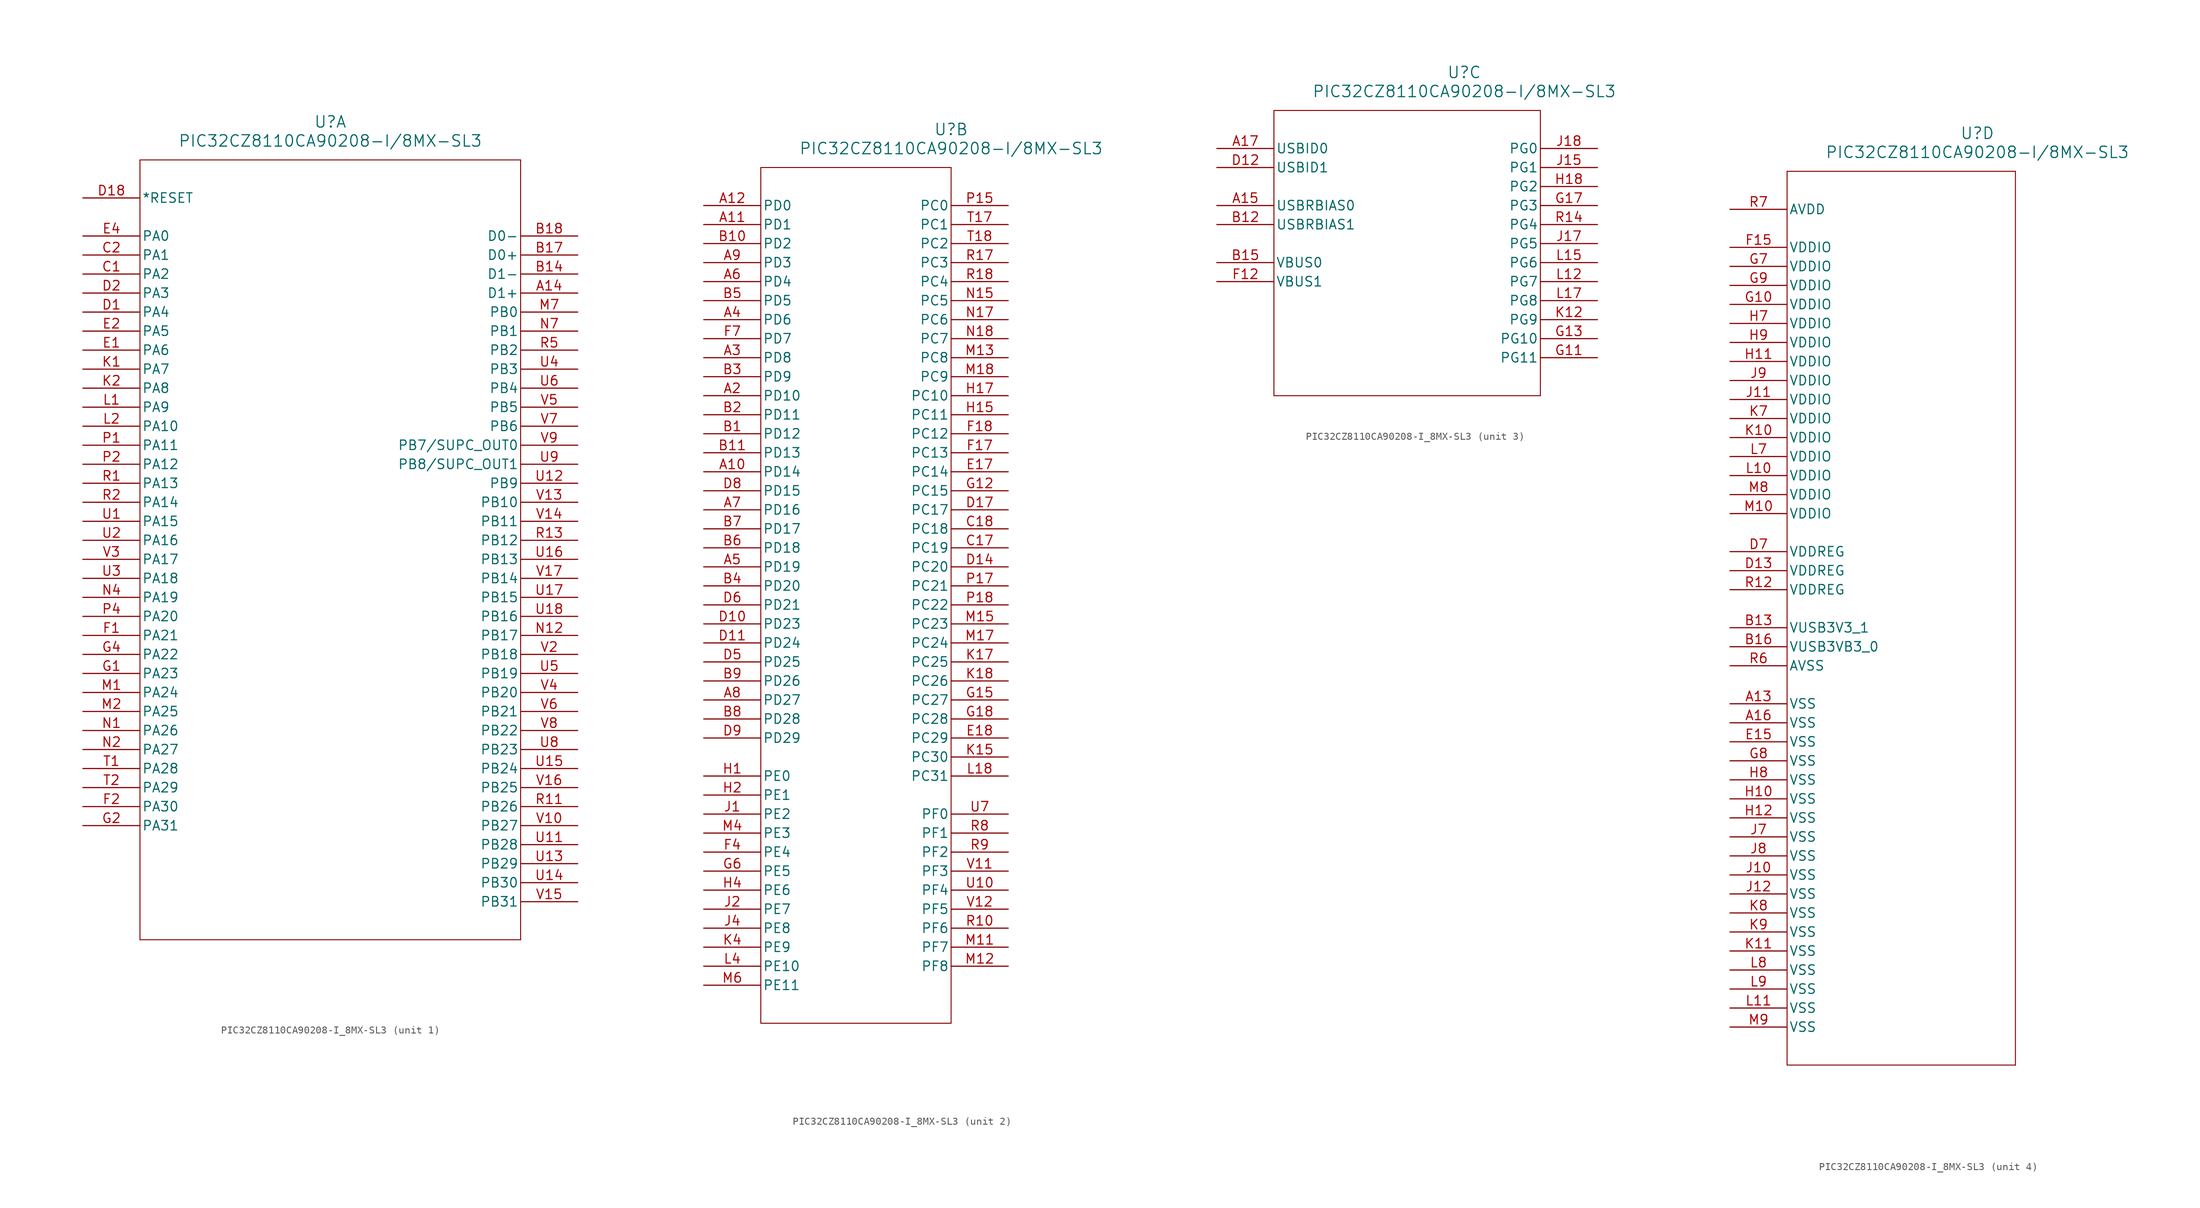
<source format=kicad_sym>
(kicad_symbol_lib
  (version 20211014)
  (generator kicad_symbol_editor)
  (symbol "PIC32CZ8110CA90208-I_8MX-SL3"
    (pin_names
      (offset 0.254))
    (property "Reference" "U"
      (at 33.02 10.16 0)
      (effects (font (size 1.524 1.524))))
    (property "Value" "PIC32CZ8110CA90208-I/8MX-SL3"
      (at 33.02 7.62 0)
      (effects (font (size 1.524 1.524))))
    (symbol "PIC32CZ8110CA90208-I_8MX-SL3_1_1"
      (polyline (pts (xy 7.62 5.08) (xy 7.62 -99.06)) (stroke (width 0.127) (type default) (color 0 0 0 0)) (fill (type none)))
      (polyline (pts (xy 7.62 -99.06) (xy 58.42 -99.06)) (stroke (width 0.127) (type default) (color 0 0 0 0)) (fill (type none)))
      (polyline (pts (xy 58.42 -99.06) (xy 58.42 5.08)) (stroke (width 0.127) (type default) (color 0 0 0 0)) (fill (type none)))
      (polyline (pts (xy 58.42 5.08) (xy 7.62 5.08)) (stroke (width 0.127) (type default) (color 0 0 0 0)) (fill (type none)))
      (pin unspecified line (at 66.04 -12.7 180) (length 7.62) (name "D1+" (effects (font (size 1.27 1.27)))) (number "A14" (effects (font (size 1.27 1.27)))))
      (pin unspecified line (at 66.04 -10.16 180) (length 7.62) (name "D1-" (effects (font (size 1.27 1.27)))) (number "B14" (effects (font (size 1.27 1.27)))))
      (pin unspecified line (at 66.04 -7.62 180) (length 7.62) (name "D0+" (effects (font (size 1.27 1.27)))) (number "B17" (effects (font (size 1.27 1.27)))))
      (pin unspecified line (at 66.04 -5.08 180) (length 7.62) (name "D0-" (effects (font (size 1.27 1.27)))) (number "B18" (effects (font (size 1.27 1.27)))))
      (pin bidirectional line (at 0 -10.16 0) (length 7.62) (name "PA2" (effects (font (size 1.27 1.27)))) (number "C1" (effects (font (size 1.27 1.27)))))
      (pin bidirectional line (at 0 -7.62 0) (length 7.62) (name "PA1" (effects (font (size 1.27 1.27)))) (number "C2" (effects (font (size 1.27 1.27)))))
      (pin bidirectional line (at 0 -15.24 0) (length 7.62) (name "PA4" (effects (font (size 1.27 1.27)))) (number "D1" (effects (font (size 1.27 1.27)))))
      (pin bidirectional line (at 0 -12.7 0) (length 7.62) (name "PA3" (effects (font (size 1.27 1.27)))) (number "D2" (effects (font (size 1.27 1.27)))))
      (pin input line (at 0 0 0) (length 7.62) (name "*RESET" (effects (font (size 1.27 1.27)))) (number "D18" (effects (font (size 1.27 1.27)))))
      (pin bidirectional line (at 0 -20.32 0) (length 7.62) (name "PA6" (effects (font (size 1.27 1.27)))) (number "E1" (effects (font (size 1.27 1.27)))))
      (pin bidirectional line (at 0 -17.78 0) (length 7.62) (name "PA5" (effects (font (size 1.27 1.27)))) (number "E2" (effects (font (size 1.27 1.27)))))
      (pin bidirectional line (at 0 -5.08 0) (length 7.62) (name "PA0" (effects (font (size 1.27 1.27)))) (number "E4" (effects (font (size 1.27 1.27)))))
      (pin bidirectional line (at 0 -58.42 0) (length 7.62) (name "PA21" (effects (font (size 1.27 1.27)))) (number "F1" (effects (font (size 1.27 1.27)))))
      (pin bidirectional line (at 0 -81.28 0) (length 7.62) (name "PA30" (effects (font (size 1.27 1.27)))) (number "F2" (effects (font (size 1.27 1.27)))))
      (pin bidirectional line (at 0 -63.5 0) (length 7.62) (name "PA23" (effects (font (size 1.27 1.27)))) (number "G1" (effects (font (size 1.27 1.27)))))
      (pin bidirectional line (at 0 -83.82 0) (length 7.62) (name "PA31" (effects (font (size 1.27 1.27)))) (number "G2" (effects (font (size 1.27 1.27)))))
      (pin bidirectional line (at 0 -60.96 0) (length 7.62) (name "PA22" (effects (font (size 1.27 1.27)))) (number "G4" (effects (font (size 1.27 1.27)))))
      (pin bidirectional line (at 0 -22.86 0) (length 7.62) (name "PA7" (effects (font (size 1.27 1.27)))) (number "K1" (effects (font (size 1.27 1.27)))))
      (pin bidirectional line (at 0 -25.4 0) (length 7.62) (name "PA8" (effects (font (size 1.27 1.27)))) (number "K2" (effects (font (size 1.27 1.27)))))
      (pin bidirectional line (at 0 -27.94 0) (length 7.62) (name "PA9" (effects (font (size 1.27 1.27)))) (number "L1" (effects (font (size 1.27 1.27)))))
      (pin bidirectional line (at 0 -30.48 0) (length 7.62) (name "PA10" (effects (font (size 1.27 1.27)))) (number "L2" (effects (font (size 1.27 1.27)))))
      (pin bidirectional line (at 0 -66.04 0) (length 7.62) (name "PA24" (effects (font (size 1.27 1.27)))) (number "M1" (effects (font (size 1.27 1.27)))))
      (pin bidirectional line (at 0 -68.58 0) (length 7.62) (name "PA25" (effects (font (size 1.27 1.27)))) (number "M2" (effects (font (size 1.27 1.27)))))
      (pin bidirectional line (at 66.04 -15.24 180) (length 7.62) (name "PB0" (effects (font (size 1.27 1.27)))) (number "M7" (effects (font (size 1.27 1.27)))))
      (pin bidirectional line (at 0 -71.12 0) (length 7.62) (name "PA26" (effects (font (size 1.27 1.27)))) (number "N1" (effects (font (size 1.27 1.27)))))
      (pin bidirectional line (at 0 -73.66 0) (length 7.62) (name "PA27" (effects (font (size 1.27 1.27)))) (number "N2" (effects (font (size 1.27 1.27)))))
      (pin bidirectional line (at 0 -53.34 0) (length 7.62) (name "PA19" (effects (font (size 1.27 1.27)))) (number "N4" (effects (font (size 1.27 1.27)))))
      (pin bidirectional line (at 66.04 -17.78 180) (length 7.62) (name "PB1" (effects (font (size 1.27 1.27)))) (number "N7" (effects (font (size 1.27 1.27)))))
      (pin bidirectional line (at 66.04 -58.42 180) (length 7.62) (name "PB17" (effects (font (size 1.27 1.27)))) (number "N12" (effects (font (size 1.27 1.27)))))
      (pin bidirectional line (at 0 -33.02 0) (length 7.62) (name "PA11" (effects (font (size 1.27 1.27)))) (number "P1" (effects (font (size 1.27 1.27)))))
      (pin bidirectional line (at 0 -35.56 0) (length 7.62) (name "PA12" (effects (font (size 1.27 1.27)))) (number "P2" (effects (font (size 1.27 1.27)))))
      (pin bidirectional line (at 0 -55.88 0) (length 7.62) (name "PA20" (effects (font (size 1.27 1.27)))) (number "P4" (effects (font (size 1.27 1.27)))))
      (pin bidirectional line (at 0 -38.1 0) (length 7.62) (name "PA13" (effects (font (size 1.27 1.27)))) (number "R1" (effects (font (size 1.27 1.27)))))
      (pin bidirectional line (at 0 -40.64 0) (length 7.62) (name "PA14" (effects (font (size 1.27 1.27)))) (number "R2" (effects (font (size 1.27 1.27)))))
      (pin bidirectional line (at 66.04 -20.32 180) (length 7.62) (name "PB2" (effects (font (size 1.27 1.27)))) (number "R5" (effects (font (size 1.27 1.27)))))
      (pin bidirectional line (at 66.04 -81.28 180) (length 7.62) (name "PB26" (effects (font (size 1.27 1.27)))) (number "R11" (effects (font (size 1.27 1.27)))))
      (pin bidirectional line (at 66.04 -45.72 180) (length 7.62) (name "PB12" (effects (font (size 1.27 1.27)))) (number "R13" (effects (font (size 1.27 1.27)))))
      (pin bidirectional line (at 0 -76.2 0) (length 7.62) (name "PA28" (effects (font (size 1.27 1.27)))) (number "T1" (effects (font (size 1.27 1.27)))))
      (pin bidirectional line (at 0 -78.74 0) (length 7.62) (name "PA29" (effects (font (size 1.27 1.27)))) (number "T2" (effects (font (size 1.27 1.27)))))
      (pin bidirectional line (at 0 -43.18 0) (length 7.62) (name "PA15" (effects (font (size 1.27 1.27)))) (number "U1" (effects (font (size 1.27 1.27)))))
      (pin bidirectional line (at 0 -45.72 0) (length 7.62) (name "PA16" (effects (font (size 1.27 1.27)))) (number "U2" (effects (font (size 1.27 1.27)))))
      (pin bidirectional line (at 0 -50.8 0) (length 7.62) (name "PA18" (effects (font (size 1.27 1.27)))) (number "U3" (effects (font (size 1.27 1.27)))))
      (pin bidirectional line (at 66.04 -22.86 180) (length 7.62) (name "PB3" (effects (font (size 1.27 1.27)))) (number "U4" (effects (font (size 1.27 1.27)))))
      (pin bidirectional line (at 66.04 -63.5 180) (length 7.62) (name "PB19" (effects (font (size 1.27 1.27)))) (number "U5" (effects (font (size 1.27 1.27)))))
      (pin bidirectional line (at 66.04 -25.4 180) (length 7.62) (name "PB4" (effects (font (size 1.27 1.27)))) (number "U6" (effects (font (size 1.27 1.27)))))
      (pin bidirectional line (at 66.04 -73.66 180) (length 7.62) (name "PB23" (effects (font (size 1.27 1.27)))) (number "U8" (effects (font (size 1.27 1.27)))))
      (pin bidirectional line (at 66.04 -35.56 180) (length 7.62) (name "PB8/SUPC_OUT1" (effects (font (size 1.27 1.27)))) (number "U9" (effects (font (size 1.27 1.27)))))
      (pin bidirectional line (at 66.04 -86.36 180) (length 7.62) (name "PB28" (effects (font (size 1.27 1.27)))) (number "U11" (effects (font (size 1.27 1.27)))))
      (pin bidirectional line (at 66.04 -38.1 180) (length 7.62) (name "PB9" (effects (font (size 1.27 1.27)))) (number "U12" (effects (font (size 1.27 1.27)))))
      (pin bidirectional line (at 66.04 -88.9 180) (length 7.62) (name "PB29" (effects (font (size 1.27 1.27)))) (number "U13" (effects (font (size 1.27 1.27)))))
      (pin bidirectional line (at 66.04 -91.44 180) (length 7.62) (name "PB30" (effects (font (size 1.27 1.27)))) (number "U14" (effects (font (size 1.27 1.27)))))
      (pin bidirectional line (at 66.04 -76.2 180) (length 7.62) (name "PB24" (effects (font (size 1.27 1.27)))) (number "U15" (effects (font (size 1.27 1.27)))))
      (pin bidirectional line (at 66.04 -48.26 180) (length 7.62) (name "PB13" (effects (font (size 1.27 1.27)))) (number "U16" (effects (font (size 1.27 1.27)))))
      (pin bidirectional line (at 66.04 -53.34 180) (length 7.62) (name "PB15" (effects (font (size 1.27 1.27)))) (number "U17" (effects (font (size 1.27 1.27)))))
      (pin bidirectional line (at 66.04 -55.88 180) (length 7.62) (name "PB16" (effects (font (size 1.27 1.27)))) (number "U18" (effects (font (size 1.27 1.27)))))
      (pin bidirectional line (at 66.04 -60.96 180) (length 7.62) (name "PB18" (effects (font (size 1.27 1.27)))) (number "V2" (effects (font (size 1.27 1.27)))))
      (pin bidirectional line (at 0 -48.26 0) (length 7.62) (name "PA17" (effects (font (size 1.27 1.27)))) (number "V3" (effects (font (size 1.27 1.27)))))
      (pin bidirectional line (at 66.04 -66.04 180) (length 7.62) (name "PB20" (effects (font (size 1.27 1.27)))) (number "V4" (effects (font (size 1.27 1.27)))))
      (pin bidirectional line (at 66.04 -27.94 180) (length 7.62) (name "PB5" (effects (font (size 1.27 1.27)))) (number "V5" (effects (font (size 1.27 1.27)))))
      (pin bidirectional line (at 66.04 -68.58 180) (length 7.62) (name "PB21" (effects (font (size 1.27 1.27)))) (number "V6" (effects (font (size 1.27 1.27)))))
      (pin bidirectional line (at 66.04 -30.48 180) (length 7.62) (name "PB6" (effects (font (size 1.27 1.27)))) (number "V7" (effects (font (size 1.27 1.27)))))
      (pin bidirectional line (at 66.04 -71.12 180) (length 7.62) (name "PB22" (effects (font (size 1.27 1.27)))) (number "V8" (effects (font (size 1.27 1.27)))))
      (pin bidirectional line (at 66.04 -33.02 180) (length 7.62) (name "PB7/SUPC_OUT0" (effects (font (size 1.27 1.27)))) (number "V9" (effects (font (size 1.27 1.27)))))
      (pin bidirectional line (at 66.04 -83.82 180) (length 7.62) (name "PB27" (effects (font (size 1.27 1.27)))) (number "V10" (effects (font (size 1.27 1.27)))))
      (pin bidirectional line (at 66.04 -40.64 180) (length 7.62) (name "PB10" (effects (font (size 1.27 1.27)))) (number "V13" (effects (font (size 1.27 1.27)))))
      (pin bidirectional line (at 66.04 -43.18 180) (length 7.62) (name "PB11" (effects (font (size 1.27 1.27)))) (number "V14" (effects (font (size 1.27 1.27)))))
      (pin bidirectional line (at 66.04 -93.98 180) (length 7.62) (name "PB31" (effects (font (size 1.27 1.27)))) (number "V15" (effects (font (size 1.27 1.27)))))
      (pin bidirectional line (at 66.04 -78.74 180) (length 7.62) (name "PB25" (effects (font (size 1.27 1.27)))) (number "V16" (effects (font (size 1.27 1.27)))))
      (pin bidirectional line (at 66.04 -50.8 180) (length 7.62) (name "PB14" (effects (font (size 1.27 1.27)))) (number "V17" (effects (font (size 1.27 1.27))))))
    (symbol "PIC32CZ8110CA90208-I_8MX-SL3_2_1"
      (polyline (pts (xy 7.62 5.08) (xy 7.62 -109.22)) (stroke (width 0.127) (type default) (color 0 0 0 0)) (fill (type none)))
      (polyline (pts (xy 7.62 -109.22) (xy 33.02 -109.22)) (stroke (width 0.127) (type default) (color 0 0 0 0)) (fill (type none)))
      (polyline (pts (xy 33.02 -109.22) (xy 33.02 5.08)) (stroke (width 0.127) (type default) (color 0 0 0 0)) (fill (type none)))
      (polyline (pts (xy 33.02 5.08) (xy 7.62 5.08)) (stroke (width 0.127) (type default) (color 0 0 0 0)) (fill (type none)))
      (pin bidirectional line (at 0 -25.4 0) (length 7.62) (name "PD10" (effects (font (size 1.27 1.27)))) (number "A2" (effects (font (size 1.27 1.27)))))
      (pin bidirectional line (at 0 -20.32 0) (length 7.62) (name "PD8" (effects (font (size 1.27 1.27)))) (number "A3" (effects (font (size 1.27 1.27)))))
      (pin bidirectional line (at 0 -15.24 0) (length 7.62) (name "PD6" (effects (font (size 1.27 1.27)))) (number "A4" (effects (font (size 1.27 1.27)))))
      (pin bidirectional line (at 0 -48.26 0) (length 7.62) (name "PD19" (effects (font (size 1.27 1.27)))) (number "A5" (effects (font (size 1.27 1.27)))))
      (pin bidirectional line (at 0 -10.16 0) (length 7.62) (name "PD4" (effects (font (size 1.27 1.27)))) (number "A6" (effects (font (size 1.27 1.27)))))
      (pin bidirectional line (at 0 -40.64 0) (length 7.62) (name "PD16" (effects (font (size 1.27 1.27)))) (number "A7" (effects (font (size 1.27 1.27)))))
      (pin bidirectional line (at 0 -66.04 0) (length 7.62) (name "PD27" (effects (font (size 1.27 1.27)))) (number "A8" (effects (font (size 1.27 1.27)))))
      (pin bidirectional line (at 0 -7.62 0) (length 7.62) (name "PD3" (effects (font (size 1.27 1.27)))) (number "A9" (effects (font (size 1.27 1.27)))))
      (pin bidirectional line (at 0 -35.56 0) (length 7.62) (name "PD14" (effects (font (size 1.27 1.27)))) (number "A10" (effects (font (size 1.27 1.27)))))
      (pin bidirectional line (at 0 -2.54 0) (length 7.62) (name "PD1" (effects (font (size 1.27 1.27)))) (number "A11" (effects (font (size 1.27 1.27)))))
      (pin bidirectional line (at 0 0 0) (length 7.62) (name "PD0" (effects (font (size 1.27 1.27)))) (number "A12" (effects (font (size 1.27 1.27)))))
      (pin bidirectional line (at 0 -30.48 0) (length 7.62) (name "PD12" (effects (font (size 1.27 1.27)))) (number "B1" (effects (font (size 1.27 1.27)))))
      (pin bidirectional line (at 0 -27.94 0) (length 7.62) (name "PD11" (effects (font (size 1.27 1.27)))) (number "B2" (effects (font (size 1.27 1.27)))))
      (pin bidirectional line (at 0 -22.86 0) (length 7.62) (name "PD9" (effects (font (size 1.27 1.27)))) (number "B3" (effects (font (size 1.27 1.27)))))
      (pin bidirectional line (at 0 -50.8 0) (length 7.62) (name "PD20" (effects (font (size 1.27 1.27)))) (number "B4" (effects (font (size 1.27 1.27)))))
      (pin bidirectional line (at 0 -12.7 0) (length 7.62) (name "PD5" (effects (font (size 1.27 1.27)))) (number "B5" (effects (font (size 1.27 1.27)))))
      (pin bidirectional line (at 0 -45.72 0) (length 7.62) (name "PD18" (effects (font (size 1.27 1.27)))) (number "B6" (effects (font (size 1.27 1.27)))))
      (pin bidirectional line (at 0 -43.18 0) (length 7.62) (name "PD17" (effects (font (size 1.27 1.27)))) (number "B7" (effects (font (size 1.27 1.27)))))
      (pin bidirectional line (at 0 -68.58 0) (length 7.62) (name "PD28" (effects (font (size 1.27 1.27)))) (number "B8" (effects (font (size 1.27 1.27)))))
      (pin bidirectional line (at 0 -63.5 0) (length 7.62) (name "PD26" (effects (font (size 1.27 1.27)))) (number "B9" (effects (font (size 1.27 1.27)))))
      (pin bidirectional line (at 0 -5.08 0) (length 7.62) (name "PD2" (effects (font (size 1.27 1.27)))) (number "B10" (effects (font (size 1.27 1.27)))))
      (pin bidirectional line (at 0 -33.02 0) (length 7.62) (name "PD13" (effects (font (size 1.27 1.27)))) (number "B11" (effects (font (size 1.27 1.27)))))
      (pin bidirectional line (at 40.64 -45.72 180) (length 7.62) (name "PC19" (effects (font (size 1.27 1.27)))) (number "C17" (effects (font (size 1.27 1.27)))))
      (pin bidirectional line (at 40.64 -43.18 180) (length 7.62) (name "PC18" (effects (font (size 1.27 1.27)))) (number "C18" (effects (font (size 1.27 1.27)))))
      (pin bidirectional line (at 0 -60.96 0) (length 7.62) (name "PD25" (effects (font (size 1.27 1.27)))) (number "D5" (effects (font (size 1.27 1.27)))))
      (pin bidirectional line (at 0 -53.34 0) (length 7.62) (name "PD21" (effects (font (size 1.27 1.27)))) (number "D6" (effects (font (size 1.27 1.27)))))
      (pin bidirectional line (at 0 -38.1 0) (length 7.62) (name "PD15" (effects (font (size 1.27 1.27)))) (number "D8" (effects (font (size 1.27 1.27)))))
      (pin bidirectional line (at 0 -71.12 0) (length 7.62) (name "PD29" (effects (font (size 1.27 1.27)))) (number "D9" (effects (font (size 1.27 1.27)))))
      (pin bidirectional line (at 0 -55.88 0) (length 7.62) (name "PD23" (effects (font (size 1.27 1.27)))) (number "D10" (effects (font (size 1.27 1.27)))))
      (pin bidirectional line (at 0 -58.42 0) (length 7.62) (name "PD24" (effects (font (size 1.27 1.27)))) (number "D11" (effects (font (size 1.27 1.27)))))
      (pin bidirectional line (at 40.64 -48.26 180) (length 7.62) (name "PC20" (effects (font (size 1.27 1.27)))) (number "D14" (effects (font (size 1.27 1.27)))))
      (pin bidirectional line (at 40.64 -40.64 180) (length 7.62) (name "PC17" (effects (font (size 1.27 1.27)))) (number "D17" (effects (font (size 1.27 1.27)))))
      (pin bidirectional line (at 40.64 -35.56 180) (length 7.62) (name "PC14" (effects (font (size 1.27 1.27)))) (number "E17" (effects (font (size 1.27 1.27)))))
      (pin bidirectional line (at 40.64 -71.12 180) (length 7.62) (name "PC29" (effects (font (size 1.27 1.27)))) (number "E18" (effects (font (size 1.27 1.27)))))
      (pin bidirectional line (at 0 -86.36 0) (length 7.62) (name "PE4" (effects (font (size 1.27 1.27)))) (number "F4" (effects (font (size 1.27 1.27)))))
      (pin bidirectional line (at 0 -17.78 0) (length 7.62) (name "PD7" (effects (font (size 1.27 1.27)))) (number "F7" (effects (font (size 1.27 1.27)))))
      (pin bidirectional line (at 40.64 -33.02 180) (length 7.62) (name "PC13" (effects (font (size 1.27 1.27)))) (number "F17" (effects (font (size 1.27 1.27)))))
      (pin bidirectional line (at 40.64 -30.48 180) (length 7.62) (name "PC12" (effects (font (size 1.27 1.27)))) (number "F18" (effects (font (size 1.27 1.27)))))
      (pin bidirectional line (at 0 -88.9 0) (length 7.62) (name "PE5" (effects (font (size 1.27 1.27)))) (number "G6" (effects (font (size 1.27 1.27)))))
      (pin bidirectional line (at 40.64 -38.1 180) (length 7.62) (name "PC15" (effects (font (size 1.27 1.27)))) (number "G12" (effects (font (size 1.27 1.27)))))
      (pin bidirectional line (at 40.64 -66.04 180) (length 7.62) (name "PC27" (effects (font (size 1.27 1.27)))) (number "G15" (effects (font (size 1.27 1.27)))))
      (pin bidirectional line (at 40.64 -68.58 180) (length 7.62) (name "PC28" (effects (font (size 1.27 1.27)))) (number "G18" (effects (font (size 1.27 1.27)))))
      (pin bidirectional line (at 0 -76.2 0) (length 7.62) (name "PE0" (effects (font (size 1.27 1.27)))) (number "H1" (effects (font (size 1.27 1.27)))))
      (pin bidirectional line (at 0 -78.74 0) (length 7.62) (name "PE1" (effects (font (size 1.27 1.27)))) (number "H2" (effects (font (size 1.27 1.27)))))
      (pin bidirectional line (at 0 -91.44 0) (length 7.62) (name "PE6" (effects (font (size 1.27 1.27)))) (number "H4" (effects (font (size 1.27 1.27)))))
      (pin bidirectional line (at 40.64 -27.94 180) (length 7.62) (name "PC11" (effects (font (size 1.27 1.27)))) (number "H15" (effects (font (size 1.27 1.27)))))
      (pin bidirectional line (at 40.64 -25.4 180) (length 7.62) (name "PC10" (effects (font (size 1.27 1.27)))) (number "H17" (effects (font (size 1.27 1.27)))))
      (pin bidirectional line (at 0 -81.28 0) (length 7.62) (name "PE2" (effects (font (size 1.27 1.27)))) (number "J1" (effects (font (size 1.27 1.27)))))
      (pin bidirectional line (at 0 -93.98 0) (length 7.62) (name "PE7" (effects (font (size 1.27 1.27)))) (number "J2" (effects (font (size 1.27 1.27)))))
      (pin bidirectional line (at 0 -96.52 0) (length 7.62) (name "PE8" (effects (font (size 1.27 1.27)))) (number "J4" (effects (font (size 1.27 1.27)))))
      (pin bidirectional line (at 0 -99.06 0) (length 7.62) (name "PE9" (effects (font (size 1.27 1.27)))) (number "K4" (effects (font (size 1.27 1.27)))))
      (pin bidirectional line (at 40.64 -73.66 180) (length 7.62) (name "PC30" (effects (font (size 1.27 1.27)))) (number "K15" (effects (font (size 1.27 1.27)))))
      (pin bidirectional line (at 40.64 -60.96 180) (length 7.62) (name "PC25" (effects (font (size 1.27 1.27)))) (number "K17" (effects (font (size 1.27 1.27)))))
      (pin bidirectional line (at 40.64 -63.5 180) (length 7.62) (name "PC26" (effects (font (size 1.27 1.27)))) (number "K18" (effects (font (size 1.27 1.27)))))
      (pin bidirectional line (at 0 -101.6 0) (length 7.62) (name "PE10" (effects (font (size 1.27 1.27)))) (number "L4" (effects (font (size 1.27 1.27)))))
      (pin bidirectional line (at 40.64 -76.2 180) (length 7.62) (name "PC31" (effects (font (size 1.27 1.27)))) (number "L18" (effects (font (size 1.27 1.27)))))
      (pin bidirectional line (at 0 -83.82 0) (length 7.62) (name "PE3" (effects (font (size 1.27 1.27)))) (number "M4" (effects (font (size 1.27 1.27)))))
      (pin bidirectional line (at 0 -104.14 0) (length 7.62) (name "PE11" (effects (font (size 1.27 1.27)))) (number "M6" (effects (font (size 1.27 1.27)))))
      (pin bidirectional line (at 40.64 -99.06 180) (length 7.62) (name "PF7" (effects (font (size 1.27 1.27)))) (number "M11" (effects (font (size 1.27 1.27)))))
      (pin bidirectional line (at 40.64 -101.6 180) (length 7.62) (name "PF8" (effects (font (size 1.27 1.27)))) (number "M12" (effects (font (size 1.27 1.27)))))
      (pin bidirectional line (at 40.64 -20.32 180) (length 7.62) (name "PC8" (effects (font (size 1.27 1.27)))) (number "M13" (effects (font (size 1.27 1.27)))))
      (pin bidirectional line (at 40.64 -55.88 180) (length 7.62) (name "PC23" (effects (font (size 1.27 1.27)))) (number "M15" (effects (font (size 1.27 1.27)))))
      (pin bidirectional line (at 40.64 -58.42 180) (length 7.62) (name "PC24" (effects (font (size 1.27 1.27)))) (number "M17" (effects (font (size 1.27 1.27)))))
      (pin bidirectional line (at 40.64 -22.86 180) (length 7.62) (name "PC9" (effects (font (size 1.27 1.27)))) (number "M18" (effects (font (size 1.27 1.27)))))
      (pin bidirectional line (at 40.64 -12.7 180) (length 7.62) (name "PC5" (effects (font (size 1.27 1.27)))) (number "N15" (effects (font (size 1.27 1.27)))))
      (pin bidirectional line (at 40.64 -15.24 180) (length 7.62) (name "PC6" (effects (font (size 1.27 1.27)))) (number "N17" (effects (font (size 1.27 1.27)))))
      (pin bidirectional line (at 40.64 -17.78 180) (length 7.62) (name "PC7" (effects (font (size 1.27 1.27)))) (number "N18" (effects (font (size 1.27 1.27)))))
      (pin bidirectional line (at 40.64 0 180) (length 7.62) (name "PC0" (effects (font (size 1.27 1.27)))) (number "P15" (effects (font (size 1.27 1.27)))))
      (pin bidirectional line (at 40.64 -50.8 180) (length 7.62) (name "PC21" (effects (font (size 1.27 1.27)))) (number "P17" (effects (font (size 1.27 1.27)))))
      (pin bidirectional line (at 40.64 -53.34 180) (length 7.62) (name "PC22" (effects (font (size 1.27 1.27)))) (number "P18" (effects (font (size 1.27 1.27)))))
      (pin bidirectional line (at 40.64 -83.82 180) (length 7.62) (name "PF1" (effects (font (size 1.27 1.27)))) (number "R8" (effects (font (size 1.27 1.27)))))
      (pin bidirectional line (at 40.64 -86.36 180) (length 7.62) (name "PF2" (effects (font (size 1.27 1.27)))) (number "R9" (effects (font (size 1.27 1.27)))))
      (pin bidirectional line (at 40.64 -96.52 180) (length 7.62) (name "PF6" (effects (font (size 1.27 1.27)))) (number "R10" (effects (font (size 1.27 1.27)))))
      (pin bidirectional line (at 40.64 -7.62 180) (length 7.62) (name "PC3" (effects (font (size 1.27 1.27)))) (number "R17" (effects (font (size 1.27 1.27)))))
      (pin bidirectional line (at 40.64 -10.16 180) (length 7.62) (name "PC4" (effects (font (size 1.27 1.27)))) (number "R18" (effects (font (size 1.27 1.27)))))
      (pin bidirectional line (at 40.64 -2.54 180) (length 7.62) (name "PC1" (effects (font (size 1.27 1.27)))) (number "T17" (effects (font (size 1.27 1.27)))))
      (pin bidirectional line (at 40.64 -5.08 180) (length 7.62) (name "PC2" (effects (font (size 1.27 1.27)))) (number "T18" (effects (font (size 1.27 1.27)))))
      (pin bidirectional line (at 40.64 -81.28 180) (length 7.62) (name "PF0" (effects (font (size 1.27 1.27)))) (number "U7" (effects (font (size 1.27 1.27)))))
      (pin bidirectional line (at 40.64 -91.44 180) (length 7.62) (name "PF4" (effects (font (size 1.27 1.27)))) (number "U10" (effects (font (size 1.27 1.27)))))
      (pin bidirectional line (at 40.64 -88.9 180) (length 7.62) (name "PF3" (effects (font (size 1.27 1.27)))) (number "V11" (effects (font (size 1.27 1.27)))))
      (pin bidirectional line (at 40.64 -93.98 180) (length 7.62) (name "PF5" (effects (font (size 1.27 1.27)))) (number "V12" (effects (font (size 1.27 1.27))))))
    (symbol "PIC32CZ8110CA90208-I_8MX-SL3_3_1"
      (polyline (pts (xy 7.62 5.08) (xy 7.62 -33.02)) (stroke (width 0.127) (type default) (color 0 0 0 0)) (fill (type none)))
      (polyline (pts (xy 7.62 -33.02) (xy 43.18 -33.02)) (stroke (width 0.127) (type default) (color 0 0 0 0)) (fill (type none)))
      (polyline (pts (xy 43.18 -33.02) (xy 43.18 5.08)) (stroke (width 0.127) (type default) (color 0 0 0 0)) (fill (type none)))
      (polyline (pts (xy 43.18 5.08) (xy 7.62 5.08)) (stroke (width 0.127) (type default) (color 0 0 0 0)) (fill (type none)))
      (pin unspecified line (at 0 -7.62 0) (length 7.62) (name "USBRBIAS0" (effects (font (size 1.27 1.27)))) (number "A15" (effects (font (size 1.27 1.27)))))
      (pin unspecified line (at 0 0 0) (length 7.62) (name "USBID0" (effects (font (size 1.27 1.27)))) (number "A17" (effects (font (size 1.27 1.27)))))
      (pin unspecified line (at 0 -10.16 0) (length 7.62) (name "USBRBIAS1" (effects (font (size 1.27 1.27)))) (number "B12" (effects (font (size 1.27 1.27)))))
      (pin bidirectional line (at 0 -15.24 0) (length 7.62) (name "VBUS0" (effects (font (size 1.27 1.27)))) (number "B15" (effects (font (size 1.27 1.27)))))
      (pin unspecified line (at 0 -2.54 0) (length 7.62) (name "USBID1" (effects (font (size 1.27 1.27)))) (number "D12" (effects (font (size 1.27 1.27)))))
      (pin bidirectional line (at 0 -17.78 0) (length 7.62) (name "VBUS1" (effects (font (size 1.27 1.27)))) (number "F12" (effects (font (size 1.27 1.27)))))
      (pin bidirectional line (at 50.8 -27.94 180) (length 7.62) (name "PG11" (effects (font (size 1.27 1.27)))) (number "G11" (effects (font (size 1.27 1.27)))))
      (pin bidirectional line (at 50.8 -25.4 180) (length 7.62) (name "PG10" (effects (font (size 1.27 1.27)))) (number "G13" (effects (font (size 1.27 1.27)))))
      (pin bidirectional line (at 50.8 -7.62 180) (length 7.62) (name "PG3" (effects (font (size 1.27 1.27)))) (number "G17" (effects (font (size 1.27 1.27)))))
      (pin bidirectional line (at 50.8 -5.08 180) (length 7.62) (name "PG2" (effects (font (size 1.27 1.27)))) (number "H18" (effects (font (size 1.27 1.27)))))
      (pin bidirectional line (at 50.8 -2.54 180) (length 7.62) (name "PG1" (effects (font (size 1.27 1.27)))) (number "J15" (effects (font (size 1.27 1.27)))))
      (pin bidirectional line (at 50.8 -12.7 180) (length 7.62) (name "PG5" (effects (font (size 1.27 1.27)))) (number "J17" (effects (font (size 1.27 1.27)))))
      (pin bidirectional line (at 50.8 0 180) (length 7.62) (name "PG0" (effects (font (size 1.27 1.27)))) (number "J18" (effects (font (size 1.27 1.27)))))
      (pin bidirectional line (at 50.8 -22.86 180) (length 7.62) (name "PG9" (effects (font (size 1.27 1.27)))) (number "K12" (effects (font (size 1.27 1.27)))))
      (pin bidirectional line (at 50.8 -17.78 180) (length 7.62) (name "PG7" (effects (font (size 1.27 1.27)))) (number "L12" (effects (font (size 1.27 1.27)))))
      (pin bidirectional line (at 50.8 -15.24 180) (length 7.62) (name "PG6" (effects (font (size 1.27 1.27)))) (number "L15" (effects (font (size 1.27 1.27)))))
      (pin bidirectional line (at 50.8 -20.32 180) (length 7.62) (name "PG8" (effects (font (size 1.27 1.27)))) (number "L17" (effects (font (size 1.27 1.27)))))
      (pin bidirectional line (at 50.8 -10.16 180) (length 7.62) (name "PG4" (effects (font (size 1.27 1.27)))) (number "R14" (effects (font (size 1.27 1.27))))))
    (symbol "PIC32CZ8110CA90208-I_8MX-SL3_4_1"
      (polyline (pts (xy 7.62 5.08) (xy 7.62 -114.3)) (stroke (width 0.127) (type default) (color 0 0 0 0)) (fill (type none)))
      (polyline (pts (xy 7.62 -114.3) (xy 38.1 -114.3)) (stroke (width 0.127) (type default) (color 0 0 0 0)) (fill (type none)))
      (polyline (pts (xy 38.1 -114.3) (xy 38.1 5.08)) (stroke (width 0.127) (type default) (color 0 0 0 0)) (fill (type none)))
      (polyline (pts (xy 38.1 5.08) (xy 7.62 5.08)) (stroke (width 0.127) (type default) (color 0 0 0 0)) (fill (type none)))
      (pin power_out line (at 0 -66.04 0) (length 7.62) (name "VSS" (effects (font (size 1.27 1.27)))) (number "A13" (effects (font (size 1.27 1.27)))))
      (pin power_out line (at 0 -68.58 0) (length 7.62) (name "VSS" (effects (font (size 1.27 1.27)))) (number "A16" (effects (font (size 1.27 1.27)))))
      (pin power_in line (at 0 -55.88 0) (length 7.62) (name "VUSB3V3_1" (effects (font (size 1.27 1.27)))) (number "B13" (effects (font (size 1.27 1.27)))))
      (pin power_in line (at 0 -58.42 0) (length 7.62) (name "VUSB3VB3_0" (effects (font (size 1.27 1.27)))) (number "B16" (effects (font (size 1.27 1.27)))))
      (pin power_in line (at 0 -45.72 0) (length 7.62) (name "VDDREG" (effects (font (size 1.27 1.27)))) (number "D7" (effects (font (size 1.27 1.27)))))
      (pin power_in line (at 0 -48.26 0) (length 7.62) (name "VDDREG" (effects (font (size 1.27 1.27)))) (number "D13" (effects (font (size 1.27 1.27)))))
      (pin power_out line (at 0 -71.12 0) (length 7.62) (name "VSS" (effects (font (size 1.27 1.27)))) (number "E15" (effects (font (size 1.27 1.27)))))
      (pin power_in line (at 0 -5.08 0) (length 7.62) (name "VDDIO" (effects (font (size 1.27 1.27)))) (number "F15" (effects (font (size 1.27 1.27)))))
      (pin power_in line (at 0 -7.62 0) (length 7.62) (name "VDDIO" (effects (font (size 1.27 1.27)))) (number "G7" (effects (font (size 1.27 1.27)))))
      (pin power_out line (at 0 -73.66 0) (length 7.62) (name "VSS" (effects (font (size 1.27 1.27)))) (number "G8" (effects (font (size 1.27 1.27)))))
      (pin power_in line (at 0 -10.16 0) (length 7.62) (name "VDDIO" (effects (font (size 1.27 1.27)))) (number "G9" (effects (font (size 1.27 1.27)))))
      (pin power_in line (at 0 -12.7 0) (length 7.62) (name "VDDIO" (effects (font (size 1.27 1.27)))) (number "G10" (effects (font (size 1.27 1.27)))))
      (pin power_in line (at 0 -15.24 0) (length 7.62) (name "VDDIO" (effects (font (size 1.27 1.27)))) (number "H7" (effects (font (size 1.27 1.27)))))
      (pin power_out line (at 0 -76.2 0) (length 7.62) (name "VSS" (effects (font (size 1.27 1.27)))) (number "H8" (effects (font (size 1.27 1.27)))))
      (pin power_in line (at 0 -17.78 0) (length 7.62) (name "VDDIO" (effects (font (size 1.27 1.27)))) (number "H9" (effects (font (size 1.27 1.27)))))
      (pin power_out line (at 0 -78.74 0) (length 7.62) (name "VSS" (effects (font (size 1.27 1.27)))) (number "H10" (effects (font (size 1.27 1.27)))))
      (pin power_in line (at 0 -20.32 0) (length 7.62) (name "VDDIO" (effects (font (size 1.27 1.27)))) (number "H11" (effects (font (size 1.27 1.27)))))
      (pin power_out line (at 0 -81.28 0) (length 7.62) (name "VSS" (effects (font (size 1.27 1.27)))) (number "H12" (effects (font (size 1.27 1.27)))))
      (pin power_out line (at 0 -83.82 0) (length 7.62) (name "VSS" (effects (font (size 1.27 1.27)))) (number "J7" (effects (font (size 1.27 1.27)))))
      (pin power_out line (at 0 -86.36 0) (length 7.62) (name "VSS" (effects (font (size 1.27 1.27)))) (number "J8" (effects (font (size 1.27 1.27)))))
      (pin power_in line (at 0 -22.86 0) (length 7.62) (name "VDDIO" (effects (font (size 1.27 1.27)))) (number "J9" (effects (font (size 1.27 1.27)))))
      (pin power_out line (at 0 -88.9 0) (length 7.62) (name "VSS" (effects (font (size 1.27 1.27)))) (number "J10" (effects (font (size 1.27 1.27)))))
      (pin power_in line (at 0 -25.4 0) (length 7.62) (name "VDDIO" (effects (font (size 1.27 1.27)))) (number "J11" (effects (font (size 1.27 1.27)))))
      (pin power_out line (at 0 -91.44 0) (length 7.62) (name "VSS" (effects (font (size 1.27 1.27)))) (number "J12" (effects (font (size 1.27 1.27)))))
      (pin power_in line (at 0 -27.94 0) (length 7.62) (name "VDDIO" (effects (font (size 1.27 1.27)))) (number "K7" (effects (font (size 1.27 1.27)))))
      (pin power_out line (at 0 -93.98 0) (length 7.62) (name "VSS" (effects (font (size 1.27 1.27)))) (number "K8" (effects (font (size 1.27 1.27)))))
      (pin power_out line (at 0 -96.52 0) (length 7.62) (name "VSS" (effects (font (size 1.27 1.27)))) (number "K9" (effects (font (size 1.27 1.27)))))
      (pin power_in line (at 0 -30.48 0) (length 7.62) (name "VDDIO" (effects (font (size 1.27 1.27)))) (number "K10" (effects (font (size 1.27 1.27)))))
      (pin power_out line (at 0 -99.06 0) (length 7.62) (name "VSS" (effects (font (size 1.27 1.27)))) (number "K11" (effects (font (size 1.27 1.27)))))
      (pin power_in line (at 0 -33.02 0) (length 7.62) (name "VDDIO" (effects (font (size 1.27 1.27)))) (number "L7" (effects (font (size 1.27 1.27)))))
      (pin power_out line (at 0 -101.6 0) (length 7.62) (name "VSS" (effects (font (size 1.27 1.27)))) (number "L8" (effects (font (size 1.27 1.27)))))
      (pin power_out line (at 0 -104.14 0) (length 7.62) (name "VSS" (effects (font (size 1.27 1.27)))) (number "L9" (effects (font (size 1.27 1.27)))))
      (pin power_in line (at 0 -35.56 0) (length 7.62) (name "VDDIO" (effects (font (size 1.27 1.27)))) (number "L10" (effects (font (size 1.27 1.27)))))
      (pin power_out line (at 0 -106.68 0) (length 7.62) (name "VSS" (effects (font (size 1.27 1.27)))) (number "L11" (effects (font (size 1.27 1.27)))))
      (pin power_in line (at 0 -38.1 0) (length 7.62) (name "VDDIO" (effects (font (size 1.27 1.27)))) (number "M8" (effects (font (size 1.27 1.27)))))
      (pin power_out line (at 0 -109.22 0) (length 7.62) (name "VSS" (effects (font (size 1.27 1.27)))) (number "M9" (effects (font (size 1.27 1.27)))))
      (pin power_in line (at 0 -40.64 0) (length 7.62) (name "VDDIO" (effects (font (size 1.27 1.27)))) (number "M10" (effects (font (size 1.27 1.27)))))
      (pin power_out line (at 0 -60.96 0) (length 7.62) (name "AVSS" (effects (font (size 1.27 1.27)))) (number "R6" (effects (font (size 1.27 1.27)))))
      (pin power_in line (at 0 0 0) (length 7.62) (name "AVDD" (effects (font (size 1.27 1.27)))) (number "R7" (effects (font (size 1.27 1.27)))))
      (pin power_in line (at 0 -50.8 0) (length 7.62) (name "VDDREG" (effects (font (size 1.27 1.27)))) (number "R12" (effects (font (size 1.27 1.27))))))))
</source>
